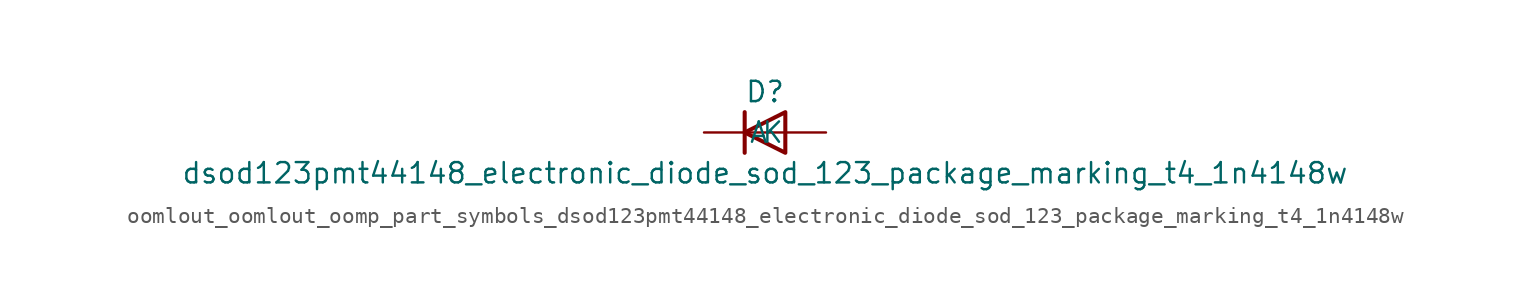
<source format=kicad_sym>
(kicad_symbol_lib
  (version 20220914)
  (generator kicad_symbol_editor)
  (symbol "oomlout_oomlout_oomp_part_symbols_dsod123pmt44148_electronic_diode_sod_123_package_marking_t4_1n4148w"
    (pin_numbers hide)
    (pin_names
      (offset 1.016))
    (property "Reference" "D"
      (at 0 2.54 0)
      (effects (font (size 1.27 1.27))))
    (property "Value" "dsod123pmt44148_electronic_diode_sod_123_package_marking_t4_1n4148w"
      (at 0 -2.54 0)
      (effects (font (size 1.27 1.27))))
    (symbol "oomlout_oomlout_oomp_part_symbols_dsod123pmt44148_electronic_diode_sod_123_package_marking_t4_1n4148w_0_1"
      (polyline (pts (xy -1.27 1.27) (xy -1.27 -1.27)) (stroke (width 0.254) (type default)) (fill (type none)))
      (polyline (pts (xy 1.27 0) (xy -1.27 0)) (stroke (width 0) (type default)) (fill (type none)))
      (polyline (pts (xy 1.27 1.27) (xy 1.27 -1.27) (xy -1.27 0) (xy 1.27 1.27)) (stroke (width 0.254) (type default)) (fill (type none))))
    (symbol "oomlout_oomlout_oomp_part_symbols_dsod123pmt44148_electronic_diode_sod_123_package_marking_t4_1n4148w_1_1"
      (pin passive line (at -3.81 0 0) (length 2.54) (name "K" (effects (font (size 1.27 1.27)))) (number "1" (effects (font (size 1.27 1.27)))))
      (pin passive line (at 3.81 0 180) (length 2.54) (name "A" (effects (font (size 1.27 1.27)))) (number "2" (effects (font (size 1.27 1.27))))))))
</source>
